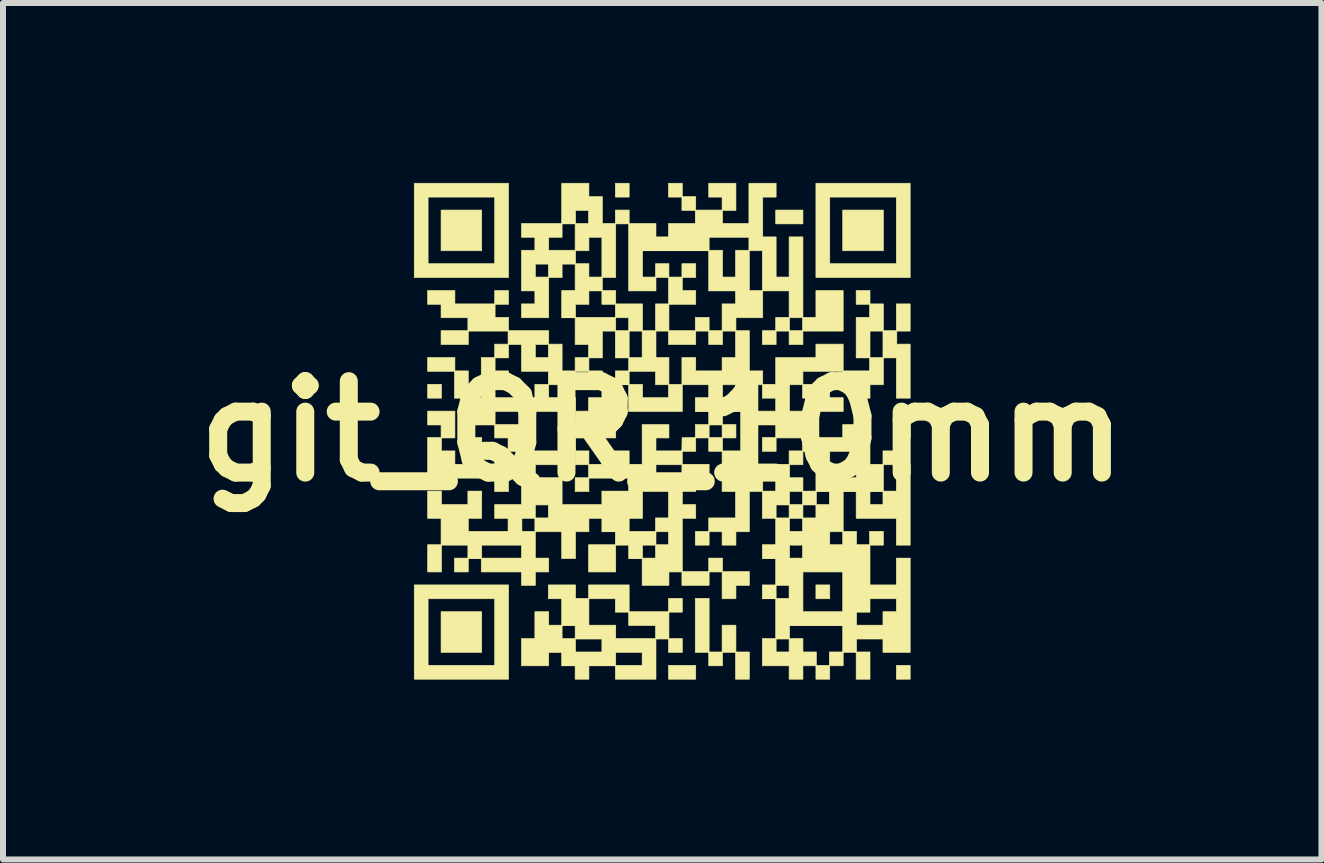
<source format=kicad_pcb>
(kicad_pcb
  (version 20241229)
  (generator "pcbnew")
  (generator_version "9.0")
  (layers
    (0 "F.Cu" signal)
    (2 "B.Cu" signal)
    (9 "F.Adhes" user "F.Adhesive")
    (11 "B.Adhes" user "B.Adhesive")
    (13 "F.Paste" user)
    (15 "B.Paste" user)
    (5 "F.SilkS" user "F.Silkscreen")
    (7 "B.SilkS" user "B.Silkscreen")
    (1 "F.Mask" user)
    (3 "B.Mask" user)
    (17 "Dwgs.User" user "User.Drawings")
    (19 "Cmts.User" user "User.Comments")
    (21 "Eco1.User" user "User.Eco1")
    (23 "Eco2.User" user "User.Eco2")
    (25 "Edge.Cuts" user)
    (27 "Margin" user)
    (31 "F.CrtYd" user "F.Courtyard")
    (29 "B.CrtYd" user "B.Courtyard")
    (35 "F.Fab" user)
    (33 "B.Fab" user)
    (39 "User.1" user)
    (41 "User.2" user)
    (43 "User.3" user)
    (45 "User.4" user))
  (footprint "git_QR_10mm"
    (layer "F.Cu")
    (at 7.99 4.139)
    (property "Reference" "git_QR_10mm" (at 0 0 0) (layer "F.SilkS") (effects (font (size 1.524 1.524) (thickness 0.3))))
    (attr through_hole)
    (fp_poly (pts (xy -3.68 -0.551) (xy -3.911 -0.551) (xy -3.911 -0.782) (xy -3.68 -0.782) (xy -3.68 -0.551)) (stroke (width 0.01) (type solid)) (fill yes) (layer "F.SilkS"))
    (fp_poly (pts (xy -3.009 -3.009) (xy -3.687 -3.009) (xy -3.687 -3.687) (xy -3.009 -3.687) (xy -3.009 -3.009)) (stroke (width 0.01) (type solid)) (fill yes) (layer "F.SilkS"))
    (fp_poly (pts (xy -3.009 0.335) (xy -3.24 0.335) (xy -3.24 0.104) (xy -3.009 0.104) (xy -3.009 0.335)) (stroke (width 0.01) (type solid)) (fill yes) (layer "F.SilkS"))
    (fp_poly (pts (xy -3.009 3.687) (xy -3.687 3.687) (xy -3.687 3.009) (xy -3.009 3.009) (xy -3.009 3.687)) (stroke (width 0.01) (type solid)) (fill yes) (layer "F.SilkS"))
    (fp_poly (pts (xy -2.562 1.006) (xy -2.793 1.006) (xy -2.793 0.775) (xy -2.562 0.775) (xy -2.562 1.006)) (stroke (width 0.01) (type solid)) (fill yes) (layer "F.SilkS"))
    (fp_poly (pts (xy -0.551 -3.903) (xy -0.782 -3.903) (xy -0.782 -4.134) (xy -0.551 -4.134) (xy -0.551 -3.903)) (stroke (width 0.01) (type solid)) (fill yes) (layer "F.SilkS"))
    (fp_poly (pts (xy 0.559 4.134) (xy 0.104 4.134) (xy 0.104 3.903) (xy 0.559 3.903) (xy 0.559 4.134)) (stroke (width 0.01) (type solid)) (fill yes) (layer "F.SilkS"))
    (fp_poly (pts (xy 2.346 -3.456) (xy 1.892 -3.456) (xy 1.892 -3.687) (xy 2.346 -3.687) (xy 2.346 -3.456)) (stroke (width 0.01) (type solid)) (fill yes) (layer "F.SilkS"))
    (fp_poly (pts (xy 2.793 2.793) (xy 2.562 2.793) (xy 2.562 2.562) (xy 2.793 2.562) (xy 2.793 2.793)) (stroke (width 0.01) (type solid)) (fill yes) (layer "F.SilkS"))
    (fp_poly (pts (xy 3.687 -3.009) (xy 3.009 -3.009) (xy 3.009 -3.687) (xy 3.687 -3.687) (xy 3.687 -3.009)) (stroke (width 0.01) (type solid)) (fill yes) (layer "F.SilkS"))
    (fp_poly (pts (xy 4.134 0.112) (xy 3.903 0.112) (xy 3.903 -0.335) (xy 4.134 -0.335) (xy 4.134 0.112)) (stroke (width 0.01) (type solid)) (fill yes) (layer "F.SilkS"))
    (fp_poly (pts (xy 4.134 4.134) (xy 3.903 4.134) (xy 3.903 3.903) (xy 4.134 3.903) (xy 4.134 4.134)) (stroke (width 0.01) (type solid)) (fill yes) (layer "F.SilkS"))
    (fp_poly (pts (xy -2.562 -2.562) (xy -4.134 -2.562) (xy -4.134 -3.903) (xy -3.903 -3.903) (xy -3.903 -2.793) (xy -2.793 -2.793) (xy -2.793 -3.903) (xy -3.903 -3.903) (xy -4.134 -3.903) (xy -4.134 -4.134) (xy -2.562 -4.134) (xy -2.562 -2.562)) (stroke (width 0.01) (type solid)) (fill yes) (layer "F.SilkS"))
    (fp_poly (pts (xy -2.562 4.134) (xy -4.134 4.134) (xy -4.134 2.793) (xy -3.903 2.793) (xy -3.903 3.903) (xy -2.793 3.903) (xy -2.793 2.793) (xy -3.903 2.793) (xy -4.134 2.793) (xy -4.134 2.562) (xy -2.562 2.562) (xy -2.562 4.134)) (stroke (width 0.01) (type solid)) (fill yes) (layer "F.SilkS"))
    (fp_poly (pts (xy 4.134 -2.562) (xy 2.562 -2.562) (xy 2.562 -3.903) (xy 2.793 -3.903) (xy 2.793 -2.793) (xy 3.903 -2.793) (xy 3.903 -3.903) (xy 2.793 -3.903) (xy 2.562 -3.903) (xy 2.562 -4.134) (xy 4.134 -4.134) (xy 4.134 -2.562)) (stroke (width 0.01) (type solid)) (fill yes) (layer "F.SilkS"))
    (fp_poly (pts (xy -3.456 0.112) (xy -3.68 0.112) (xy -3.68 0.328) (xy -3.456 0.328) (xy -3.456 0.551) (xy -3.009 0.551) (xy -3.009 0.782) (xy -3.911 0.782) (xy -3.911 0.104) (xy -3.687 0.104) (xy -3.687 -0.104) (xy -3.911 -0.104) (xy -3.911 -0.335) (xy -3.456 -0.335) (xy -3.456 0.112)) (stroke (width 0.01) (type solid)) (fill yes) (layer "F.SilkS"))
    (fp_poly (pts (xy 0.782 3.68) (xy 0.998 3.68) (xy 0.998 3.233) (xy 1.229 3.233) (xy 1.229 3.68) (xy 1.452 3.68) (xy 1.452 4.134) (xy 1.222 4.134) (xy 1.222 3.687) (xy 1.006 3.687) (xy 1.006 3.911) (xy 0.775 3.911) (xy 0.775 3.687) (xy 0.551 3.687) (xy 0.551 2.786) (xy 0.782 2.786) (xy 0.782 3.68)) (stroke (width 0.01) (type solid)) (fill yes) (layer "F.SilkS"))
    (fp_poly (pts (xy -1.445 2.786) (xy -1.229 2.786) (xy -1.229 2.562) (xy -0.551 2.562) (xy -0.551 3.009) (xy 0.104 3.009) (xy 0.104 2.786) (xy 0.335 2.786) (xy 0.335 3.017) (xy 0.112 3.017) (xy 0.112 3.456) (xy 0.335 3.456) (xy 0.335 3.687) (xy 0.104 3.687) (xy 0.104 3.464) (xy -0.104 3.464) (xy -0.104 4.134) (xy -0.782 4.134) (xy -0.782 3.911) (xy -1.222 3.911) (xy -1.222 4.134) (xy -1.452 4.134) (xy -1.452 3.911) (xy -1.676 3.911) (xy -1.676 3.687) (xy -0.775 3.687) (xy -0.775 3.903) (xy -0.335 3.903) (xy -0.335 3.687) (xy -0.775 3.687) (xy -1.676 3.687) (xy -1.892 3.687) (xy -1.892 3.911) (xy -2.346 3.911) (xy -2.346 3.464) (xy -1.445 3.464) (xy -1.445 3.68) (xy -1.006 3.68) (xy -1.006 3.464) (xy -1.445 3.464) (xy -2.346 3.464) (xy -2.346 3.456) (xy -2.123 3.456) (xy -2.123 3.24) (xy -1.669 3.24) (xy -1.669 3.456) (xy -1.452 3.456) (xy -1.452 3.24) (xy -1.669 3.24) (xy -2.123 3.24) (xy -2.123 3.009) (xy -1.892 3.009) (xy -1.892 3.233) (xy -1.676 3.233) (xy -1.676 2.793) (xy -1.222 2.793) (xy -1.222 3.233) (xy -0.775 3.233) (xy -0.775 3.456) (xy -0.112 3.456) (xy -0.112 3.24) (xy -0.559 3.24) (xy -0.559 3.017) (xy -0.782 3.017) (xy -0.782 2.793) (xy -1.222 2.793) (xy -1.676 2.793) (xy -1.899 2.793) (xy -1.899 2.562) (xy -1.445 2.562) (xy -1.445 2.786)) (stroke (width 0.01) (type solid)) (fill yes) (layer "F.SilkS"))
    (fp_poly (pts (xy -1.222 -3.911) (xy -0.998 -3.911) (xy -0.998 -3.464) (xy -0.782 -3.464) (xy -0.782 -3.687) (xy -0.551 -3.687) (xy -0.551 -3.464) (xy -0.104 -3.464) (xy -0.104 -3.24) (xy 0.104 -3.24) (xy 0.104 -3.464) (xy 0.551 -3.464) (xy 0.551 -3.68) (xy 0.328 -3.68) (xy 0.328 -3.903) (xy 0.104 -3.903) (xy 0.104 -4.134) (xy 0.335 -4.134) (xy 0.335 -3.911) (xy 0.559 -3.911) (xy 0.559 -3.687) (xy 0.998 -3.687) (xy 0.998 -3.903) (xy 0.775 -3.903) (xy 0.775 -4.134) (xy 1.229 -4.134) (xy 1.229 -3.68) (xy 1.006 -3.68) (xy 1.006 -3.464) (xy 1.445 -3.464) (xy 1.445 -4.134) (xy 1.899 -4.134) (xy 1.899 -3.903) (xy 1.676 -3.903) (xy 1.676 -3.24) (xy 1.899 -3.24) (xy 1.899 -2.57) (xy 2.115 -2.57) (xy 2.115 -3.24) (xy 2.346 -3.24) (xy 2.346 -1.899) (xy 2.562 -1.899) (xy 2.562 -2.346) (xy 3.017 -2.346) (xy 3.017 -1.669) (xy 2.346 -1.669) (xy 2.346 -1.445) (xy 2.115 -1.445) (xy 2.115 -1.669) (xy 1.899 -1.669) (xy 1.899 -1.445) (xy 1.669 -1.445) (xy 1.669 -1.676) (xy 1.892 -1.676) (xy 1.892 -1.892) (xy 2.123 -1.892) (xy 2.123 -1.676) (xy 2.339 -1.676) (xy 2.339 -1.892) (xy 2.123 -1.892) (xy 1.892 -1.892) (xy 1.892 -1.899) (xy 2.115 -1.899) (xy 2.115 -2.339) (xy 1.676 -2.339) (xy 1.676 -1.892) (xy 1.229 -1.892) (xy 1.229 -1.676) (xy 1.452 -1.676) (xy 1.452 -1.006) (xy 1.676 -1.006) (xy 1.676 -0.782) (xy 1.892 -0.782) (xy 1.892 -1.229) (xy 2.562 -1.229) (xy 2.562 -1.452) (xy 3.017 -1.452) (xy 3.017 -1.006) (xy 3.456 -1.006) (xy 3.456 -1.222) (xy 3.233 -1.222) (xy 3.233 -1.669) (xy 3.464 -1.669) (xy 3.464 -1.229) (xy 3.68 -1.229) (xy 3.68 -1.669) (xy 3.464 -1.669) (xy 3.233 -1.669) (xy 3.233 -1.899) (xy 3.456 -1.899) (xy 3.456 -2.115) (xy 3.233 -2.115) (xy 3.233 -2.346) (xy 3.464 -2.346) (xy 3.464 -2.123) (xy 3.687 -2.123) (xy 3.687 -1.676) (xy 3.903 -1.676) (xy 3.903 -2.123) (xy 4.134 -2.123) (xy 4.134 -1.669) (xy 3.911 -1.669) (xy 3.911 -1.452) (xy 4.134 -1.452) (xy 4.134 -0.551) (xy 3.903 -0.551) (xy 3.903 -1.222) (xy 3.687 -1.222) (xy 3.687 -0.775) (xy 3.464 -0.775) (xy 3.464 -0.551) (xy 3.233 -0.551) (xy 3.233 -0.775) (xy 3.009 -0.775) (xy 3.009 -0.998) (xy 2.346 -0.998) (xy 2.346 -0.782) (xy 2.793 -0.782) (xy 2.793 -0.559) (xy 3.017 -0.559) (xy 3.017 -0.328) (xy 2.562 -0.328) (xy 2.562 -0.551) (xy 2.339 -0.551) (xy 2.339 -0.775) (xy 2.123 -0.775) (xy 2.123 -0.335) (xy 2.346 -0.335) (xy 2.346 -0.112) (xy 2.57 -0.112) (xy 2.57 0.104) (xy 3.009 0.104) (xy 3.009 -0.112) (xy 3.24 -0.112) (xy 3.24 0.104) (xy 3.464 0.104) (xy 3.464 0.551) (xy 3.68 0.551) (xy 3.68 0.328) (xy 3.911 0.328) (xy 3.911 0.551) (xy 4.134 0.551) (xy 4.134 1.899) (xy 3.903 1.899) (xy 3.903 1.452) (xy 3.233 1.452) (xy 3.233 1.006) (xy 3.464 1.006) (xy 3.464 1.222) (xy 3.68 1.222) (xy 3.68 1.006) (xy 3.464 1.006) (xy 3.233 1.006) (xy 3.017 1.006) (xy 3.017 1.669) (xy 3.24 1.669) (xy 3.24 1.892) (xy 3.456 1.892) (xy 3.456 1.669) (xy 3.687 1.669) (xy 3.687 1.899) (xy 3.464 1.899) (xy 3.464 2.562) (xy 3.903 2.562) (xy 3.903 2.115) (xy 4.134 2.115) (xy 4.134 3.687) (xy 3.68 3.687) (xy 3.68 3.464) (xy 3.24 3.464) (xy 3.24 3.68) (xy 3.464 3.68) (xy 3.464 4.134) (xy 3.233 4.134) (xy 3.233 3.687) (xy 3.017 3.687) (xy 3.017 3.911) (xy 2.793 3.911) (xy 2.793 4.134) (xy 2.562 4.134) (xy 2.562 3.911) (xy 2.346 3.911) (xy 2.346 4.134) (xy 2.115 4.134) (xy 2.115 3.911) (xy 1.669 3.911) (xy 1.669 3.464) (xy 1.899 3.464) (xy 1.899 3.68) (xy 2.115 3.68) (xy 2.115 3.464) (xy 1.899 3.464) (xy 1.669 3.464) (xy 1.669 3.456) (xy 1.892 3.456) (xy 1.892 3.24) (xy 2.123 3.24) (xy 2.123 3.456) (xy 2.346 3.456) (xy 2.346 3.68) (xy 2.57 3.68) (xy 2.57 3.903) (xy 2.786 3.903) (xy 2.786 3.68) (xy 3.009 3.68) (xy 3.009 3.24) (xy 2.123 3.24) (xy 1.892 3.24) (xy 1.892 3.017) (xy 3.24 3.017) (xy 3.24 3.233) (xy 3.68 3.233) (xy 3.68 3.009) (xy 3.903 3.009) (xy 3.903 2.793) (xy 3.464 2.793) (xy 3.464 3.017) (xy 3.24 3.017) (xy 1.892 3.017) (xy 1.892 2.793) (xy 1.669 2.793) (xy 1.669 2.57) (xy 1.899 2.57) (xy 1.899 2.786) (xy 2.115 2.786) (xy 2.115 2.57) (xy 1.899 2.57) (xy 1.669 2.57) (xy 1.669 2.562) (xy 1.892 2.562) (xy 1.892 2.346) (xy 2.346 2.346) (xy 2.346 3.009) (xy 3.009 3.009) (xy 3.009 2.346) (xy 2.346 2.346) (xy 1.892 2.346) (xy 1.892 2.123) (xy 1.669 2.123) (xy 1.669 1.899) (xy 2.123 1.899) (xy 2.123 2.115) (xy 2.339 2.115) (xy 2.339 1.899) (xy 2.123 1.899) (xy 1.669 1.899) (xy 1.669 1.892) (xy 1.892 1.892) (xy 1.892 1.676) (xy 2.793 1.676) (xy 2.793 1.892) (xy 3.009 1.892) (xy 3.009 1.676) (xy 2.793 1.676) (xy 1.892 1.676) (xy 1.892 1.452) (xy 2.123 1.452) (xy 2.123 1.669) (xy 2.339 1.669) (xy 2.339 1.452) (xy 2.123 1.452) (xy 1.892 1.452) (xy 1.669 1.452) (xy 1.669 1.229) (xy 1.899 1.229) (xy 1.899 1.445) (xy 2.115 1.445) (xy 2.115 1.229) (xy 2.346 1.229) (xy 2.346 1.445) (xy 2.562 1.445) (xy 2.562 1.229) (xy 2.346 1.229) (xy 2.115 1.229) (xy 1.899 1.229) (xy 1.669 1.229) (xy 1.669 1.006) (xy 2.123 1.006) (xy 2.123 1.222) (xy 2.339 1.222) (xy 2.339 1.006) (xy 2.57 1.006) (xy 2.57 1.222) (xy 2.786 1.222) (xy 2.786 1.006) (xy 2.57 1.006) (xy 2.339 1.006) (xy 2.123 1.006) (xy 1.669 1.006) (xy 1.452 1.006) (xy 1.452 1.676) (xy 1.229 1.676) (xy 1.229 1.899) (xy 0.998 1.899) (xy 0.998 1.676) (xy 0.782 1.676) (xy 0.782 1.899) (xy 0.551 1.899) (xy 0.551 1.669) (xy 0.775 1.669) (xy 0.775 1.445) (xy 1.222 1.445) (xy 1.222 1.006) (xy 0.998 1.006) (xy 0.998 0.335) (xy 0.775 0.335) (xy 0.775 0.112) (xy 0.559 0.112) (xy 0.559 0.335) (xy 0.335 0.335) (xy 0.335 0.551) (xy 0.782 0.551) (xy 0.782 0.782) (xy 0.559 0.782) (xy 0.559 1.006) (xy 0.335 1.006) (xy 0.335 1.222) (xy 0.559 1.222) (xy 0.559 1.452) (xy 0.335 1.452) (xy 0.335 2.339) (xy 0.775 2.339) (xy 0.775 2.115) (xy 1.006 2.115) (xy 1.006 2.339) (xy 1.452 2.339) (xy 1.452 2.57) (xy 1.229 2.57) (xy 1.229 2.793) (xy 0.998 2.793) (xy 0.998 2.346) (xy 0.782 2.346) (xy 0.782 2.57) (xy 0.328 2.57) (xy 0.328 2.346) (xy 0.112 2.346) (xy 0.112 2.57) (xy -0.335 2.57) (xy -0.335 2.123) (xy -0.559 2.123) (xy -0.559 1.899) (xy -0.328 1.899) (xy -0.328 2.115) (xy -0.112 2.115) (xy -0.112 1.899) (xy -0.328 1.899) (xy -0.559 1.899) (xy -0.775 1.899) (xy -0.775 2.346) (xy -1.229 2.346) (xy -1.229 1.892) (xy -0.782 1.892) (xy -0.782 1.676) (xy -0.104 1.676) (xy -0.104 1.892) (xy 0.104 1.892) (xy 0.104 1.676) (xy -0.104 1.676) (xy -0.782 1.676) (xy -1.006 1.676) (xy -1.006 1.452) (xy -0.551 1.452) (xy -0.551 1.669) (xy -0.112 1.669) (xy -0.112 1.445) (xy 0.104 1.445) (xy 0.104 1.006) (xy -0.328 1.006) (xy -0.328 1.452) (xy -0.551 1.452) (xy -1.006 1.452) (xy -1.222 1.452) (xy -1.222 1.676) (xy -1.445 1.676) (xy -1.445 2.123) (xy -1.676 2.123) (xy -1.676 1.676) (xy -2.115 1.676) (xy -2.115 2.115) (xy -1.892 2.115) (xy -1.892 2.346) (xy -2.115 2.346) (xy -2.115 2.57) (xy -2.346 2.57) (xy -2.346 2.346) (xy -3.017 2.346) (xy -3.017 2.123) (xy -3.233 2.123) (xy -3.233 2.346) (xy -3.464 2.346) (xy -3.464 2.115) (xy -3.24 2.115) (xy -3.24 1.899) (xy -3.009 1.899) (xy -3.009 2.115) (xy -2.346 2.115) (xy -2.346 1.899) (xy -3.009 1.899) (xy -3.24 1.899) (xy -3.68 1.899) (xy -3.68 2.346) (xy -3.911 2.346) (xy -3.911 1.892) (xy -3.687 1.892) (xy -3.687 1.452) (xy -3.911 1.452) (xy -3.911 0.998) (xy -3.68 0.998) (xy -3.68 1.222) (xy -3.24 1.222) (xy -3.24 0.998) (xy -3.009 0.998) (xy -3.009 1.452) (xy -3.233 1.452) (xy -3.233 1.669) (xy -2.57 1.669) (xy -2.57 1.452) (xy -2.339 1.452) (xy -2.339 1.669) (xy -2.123 1.669) (xy -2.123 1.452) (xy -2.339 1.452) (xy -2.57 1.452) (xy -2.793 1.452) (xy -2.793 1.229) (xy -2.115 1.229) (xy -2.115 1.445) (xy -1.899 1.445) (xy -1.899 1.229) (xy -2.115 1.229) (xy -2.793 1.229) (xy -2.793 1.222) (xy -2.346 1.222) (xy -2.346 0.559) (xy -2.115 0.559) (xy -2.115 0.775) (xy -1.669 0.775) (xy -1.669 1.222) (xy -1.006 1.222) (xy -1.006 0.998) (xy -0.559 0.998) (xy -0.559 0.782) (xy -1.222 0.782) (xy -1.222 1.006) (xy -1.452 1.006) (xy -1.452 0.775) (xy -1.229 0.775) (xy -1.229 0.559) (xy -0.104 0.559) (xy -0.104 0.775) (xy 0.328 0.775) (xy 0.328 0.559) (xy -0.104 0.559) (xy -1.229 0.559) (xy -1.452 0.559) (xy -1.452 0.335) (xy -1.669 0.335) (xy -1.669 0.559) (xy -2.115 0.559) (xy -2.346 0.559) (xy -2.346 0.335) (xy -2.562 0.335) (xy -2.562 0.559) (xy -2.793 0.559) (xy -2.793 0.328) (xy -2.57 0.328) (xy -2.57 0.112) (xy -2.793 0.112) (xy -2.793 -0.104) (xy -2.339 -0.104) (xy -2.339 0.328) (xy -1.676 0.328) (xy -1.676 0.112) (xy -1.445 0.112) (xy -1.445 0.328) (xy -1.222 0.328) (xy -1.222 0.551) (xy -1.006 0.551) (xy -1.006 0.328) (xy -0.551 0.328) (xy -0.551 0.551) (xy -0.335 0.551) (xy -0.335 -0.112) (xy 0.112 -0.112) (xy 0.112 0.112) (xy -0.104 0.112) (xy -0.104 0.328) (xy 0.327 0.328) (xy 0.331 0.108) (xy 0.441 0.106) (xy 0.551 0.104) (xy 0.551 -0.104) (xy 0.782 -0.104) (xy 0.782 0.104) (xy 0.998 0.104) (xy 0.998 -0.104) (xy 0.782 -0.104) (xy 0.551 -0.104) (xy 0.551 -0.112) (xy 0.775 -0.112) (xy 0.775 -0.328) (xy 1.006 -0.328) (xy 1.006 -0.112) (xy 1.229 -0.112) (xy 1.229 0.112) (xy 1.006 0.112) (xy 1.006 0.328) (xy 1.452 0.328) (xy 1.452 0.551) (xy 1.676 0.551) (xy 1.676 0.998) (xy 1.892 0.998) (xy 1.892 0.559) (xy 2.123 0.559) (xy 2.123 0.775) (xy 2.346 0.775) (xy 2.346 0.998) (xy 2.562 0.998) (xy 2.562 0.335) (xy 2.793 0.335) (xy 2.793 0.551) (xy 3.017 0.551) (xy 3.017 0.775) (xy 3.233 0.775) (xy 3.233 0.559) (xy 3.687 0.559) (xy 3.687 0.998) (xy 3.903 0.998) (xy 3.903 0.559) (xy 3.687 0.559) (xy 3.233 0.559) (xy 3.233 0.335) (xy 2.793 0.335) (xy 2.562 0.335) (xy 2.346 0.335) (xy 2.346 0.559) (xy 2.123 0.559) (xy 1.892 0.559) (xy 1.892 0.551) (xy 2.115 0.551) (xy 2.115 0.328) (xy 2.339 0.328) (xy 2.339 0.112) (xy 1.899 0.112) (xy 1.899 0.335) (xy 1.669 0.335) (xy 1.669 0.104) (xy 1.892 0.104) (xy 1.892 -0.104) (xy 1.445 -0.104) (xy 1.445 -0.328) (xy 1.006 -0.328) (xy 0.775 -0.328) (xy 0.551 -0.328) (xy 0.551 -0.559) (xy 0.775 -0.559) (xy 0.775 -0.775) (xy 1.006 -0.775) (xy 1.006 -0.559) (xy 1.222 -0.559) (xy 1.222 -0.775) (xy 1.452 -0.775) (xy 1.452 -0.335) (xy 1.892 -0.335) (xy 1.892 -0.551) (xy 1.669 -0.551) (xy 1.669 -0.775) (xy 1.452 -0.775) (xy 1.222 -0.775) (xy 1.006 -0.775) (xy 0.775 -0.775) (xy 0.335 -0.775) (xy 0.335 -0.328) (xy -0.559 -0.328) (xy -0.559 -0.775) (xy -0.775 -0.775) (xy -0.775 0.112) (xy -1.006 0.112) (xy -1.006 -0.104) (xy -1.222 -0.104) (xy -1.222 0.112) (xy -1.445 0.112) (xy -1.676 0.112) (xy -1.676 -0.112) (xy -1.452 -0.112) (xy -1.452 -0.328) (xy -2.115 -0.328) (xy -2.115 -0.104) (xy -2.339 -0.104) (xy -2.793 -0.104) (xy -3.24 -0.104) (xy -3.24 -0.328) (xy -2.786 -0.328) (xy -2.786 -0.112) (xy -2.346 -0.112) (xy -2.346 -0.328) (xy -2.786 -0.328) (xy -3.24 -0.328) (xy -3.24 -0.551) (xy -3.464 -0.551) (xy -3.464 -0.998) (xy -3.911 -0.998) (xy -3.911 -1.229) (xy -3.456 -1.229) (xy -3.456 -1.006) (xy -3.233 -1.006) (xy -3.233 -0.559) (xy -3.017 -0.559) (xy -3.017 -1.222) (xy -2.786 -1.222) (xy -2.786 -1.006) (xy -2.562 -1.006) (xy -2.562 -0.775) (xy -2.786 -0.775) (xy -2.786 -0.559) (xy -2.123 -0.559) (xy -2.123 -0.775) (xy -1.892 -0.775) (xy -1.892 -0.559) (xy -1.445 -0.559) (xy -1.445 -0.335) (xy -1.229 -0.335) (xy -1.229 -0.559) (xy -1.006 -0.559) (xy -1.006 -0.775) (xy -1.229 -0.775) (xy -1.229 -0.998) (xy -1.445 -0.998) (xy -1.445 -0.775) (xy -1.892 -0.775) (xy -2.123 -0.775) (xy -2.123 -0.782) (xy -1.899 -0.782) (xy -1.899 -0.998) (xy -2.346 -0.998) (xy -2.346 -1.445) (xy -2.115 -1.445) (xy -2.115 -1.229) (xy -1.899 -1.229) (xy -1.899 -1.445) (xy -2.115 -1.445) (xy -2.346 -1.445) (xy -2.562 -1.445) (xy -2.562 -1.222) (xy -2.786 -1.222) (xy -3.017 -1.222) (xy -3.017 -1.229) (xy -2.793 -1.229) (xy -2.793 -1.452) (xy -2.57 -1.452) (xy -2.57 -1.669) (xy -3.233 -1.669) (xy -3.233 -1.445) (xy -3.687 -1.445) (xy -3.687 -1.676) (xy -3.24 -1.676) (xy -3.24 -1.892) (xy -3.687 -1.892) (xy -3.687 -2.115) (xy -3.911 -2.115) (xy -3.911 -2.346) (xy -3.456 -2.346) (xy -3.456 -2.123) (xy -2.793 -2.123) (xy -2.793 -2.346) (xy -2.562 -2.346) (xy -2.562 -2.115) (xy -2.786 -2.115) (xy -2.786 -1.899) (xy -2.562 -1.899) (xy -2.562 -1.676) (xy -1.892 -1.676) (xy -1.892 -1.452) (xy -1.669 -1.452) (xy -1.669 -1.006) (xy -1.452 -1.006) (xy -1.452 -1.222) (xy -1.222 -1.222) (xy -1.222 -1.006) (xy -0.998 -1.006) (xy -0.998 -0.782) (xy -0.782 -0.782) (xy -0.782 -0.998) (xy -0.551 -0.998) (xy -0.551 -0.782) (xy -0.328 -0.782) (xy -0.328 -0.559) (xy 0.104 -0.559) (xy 0.104 -0.775) (xy -0.112 -0.775) (xy -0.112 -0.998) (xy -0.551 -0.998) (xy -0.782 -0.998) (xy -0.782 -1.006) (xy -0.559 -1.006) (xy -0.559 -1.222) (xy -0.782 -1.222) (xy -0.782 -1.669) (xy -0.551 -1.669) (xy -0.551 -1.229) (xy -0.335 -1.229) (xy -0.335 -1.669) (xy -0.104 -1.669) (xy -0.104 -1.229) (xy 0.112 -1.229) (xy 0.112 -0.782) (xy 0.328 -0.782) (xy 0.328 -1.229) (xy 0.559 -1.229) (xy 0.559 -1.006) (xy 0.998 -1.006) (xy 0.998 -1.229) (xy 1.222 -1.229) (xy 1.222 -1.669) (xy 1.006 -1.669) (xy 1.006 -1.445) (xy 0.775 -1.445) (xy 0.775 -1.669) (xy 0.559 -1.669) (xy 0.559 -1.445) (xy 0.104 -1.445) (xy 0.104 -1.669) (xy -0.104 -1.669) (xy -0.335 -1.669) (xy -0.551 -1.669) (xy -0.782 -1.669) (xy -0.998 -1.669) (xy -0.998 -1.222) (xy -1.222 -1.222) (xy -1.452 -1.222) (xy -1.452 -1.229) (xy -1.229 -1.229) (xy -1.229 -1.445) (xy -1.452 -1.445) (xy -1.452 -1.892) (xy -0.775 -1.892) (xy -0.775 -1.676) (xy -0.559 -1.676) (xy -0.559 -1.892) (xy -0.775 -1.892) (xy -1.452 -1.892) (xy -1.676 -1.892) (xy -1.676 -2.115) (xy -1.445 -2.115) (xy -1.445 -1.899) (xy -0.782 -1.899) (xy -0.782 -2.115) (xy -1.006 -2.115) (xy -1.006 -2.339) (xy -1.222 -2.339) (xy -1.222 -2.115) (xy -1.445 -2.115) (xy -1.676 -2.115) (xy -1.676 -2.346) (xy -1.452 -2.346) (xy -1.452 -2.562) (xy -0.998 -2.562) (xy -0.998 -2.346) (xy -0.775 -2.346) (xy -0.775 -2.123) (xy -0.328 -2.123) (xy -0.328 -1.676) (xy -0.112 -1.676) (xy -0.112 -2.123) (xy 0.104 -2.123) (xy 0.104 -2.562) (xy -0.104 -2.562) (xy -0.104 -2.339) (xy -0.559 -2.339) (xy -0.559 -3.009) (xy -0.328 -3.009) (xy -0.328 -2.57) (xy -0.112 -2.57) (xy -0.112 -2.793) (xy 0.112 -2.793) (xy 0.112 -2.57) (xy 0.328 -2.57) (xy 0.328 -2.793) (xy 0.559 -2.793) (xy 0.559 -2.562) (xy 0.335 -2.562) (xy 0.335 -2.346) (xy 0.559 -2.346) (xy 0.559 -2.115) (xy 0.112 -2.115) (xy 0.112 -1.676) (xy 0.551 -1.676) (xy 0.551 -1.899) (xy 0.782 -1.899) (xy 0.782 -1.676) (xy 0.998 -1.676) (xy 0.998 -2.123) (xy 1.222 -2.123) (xy 1.222 -2.339) (xy 0.775 -2.339) (xy 0.775 -3.009) (xy -0.328 -3.009) (xy -0.559 -3.009) (xy -0.559 -3.233) (xy 0.782 -3.233) (xy 0.782 -3.017) (xy 1.006 -3.017) (xy 1.006 -2.57) (xy 1.222 -2.57) (xy 1.222 -3.009) (xy 1.452 -3.009) (xy 1.452 -2.346) (xy 1.669 -2.346) (xy 1.669 -3.009) (xy 1.452 -3.009) (xy 1.222 -3.009) (xy 1.222 -3.017) (xy 1.445 -3.017) (xy 1.445 -3.233) (xy 0.782 -3.233) (xy -0.559 -3.233) (xy -0.559 -3.456) (xy -0.775 -3.456) (xy -0.775 -2.562) (xy -0.998 -2.562) (xy -1.452 -2.562) (xy -1.452 -2.786) (xy -1.669 -2.786) (xy -1.669 -2.562) (xy -1.892 -2.562) (xy -1.892 -1.892) (xy -2.346 -1.892) (xy -2.346 -2.123) (xy -2.123 -2.123) (xy -2.123 -2.339) (xy -2.346 -2.339) (xy -2.346 -2.786) (xy -2.115 -2.786) (xy -2.115 -2.57) (xy -1.899 -2.57) (xy -1.899 -2.786) (xy -2.115 -2.786) (xy -2.346 -2.786) (xy -2.346 -3.009) (xy -1.445 -3.009) (xy -1.445 -2.793) (xy -1.222 -2.793) (xy -1.222 -2.57) (xy -1.006 -2.57) (xy -1.006 -3.233) (xy -1.222 -3.233) (xy -1.222 -3.009) (xy -1.445 -3.009) (xy -2.346 -3.009) (xy -2.346 -3.017) (xy -2.123 -3.017) (xy -2.123 -3.233) (xy -1.892 -3.233) (xy -1.892 -3.017) (xy -1.452 -3.017) (xy -1.452 -3.456) (xy -1.669 -3.456) (xy -1.669 -3.233) (xy -1.892 -3.233) (xy -2.123 -3.233) (xy -2.346 -3.233) (xy -2.346 -3.464) (xy -1.676 -3.464) (xy -1.676 -3.68) (xy -1.445 -3.68) (xy -1.445 -3.464) (xy -1.229 -3.464) (xy -1.229 -3.68) (xy -1.445 -3.68) (xy -1.676 -3.68) (xy -1.676 -4.134) (xy -1.222 -4.134) (xy -1.222 -3.911)) (stroke (width 0.01) (type solid)) (fill yes) (layer "F.SilkS")))
  (gr_rect
    (start -3 -3)
    (end 18.98 11.278)
    (stroke (width 0.1) (type default))
    (fill no)
    (layer "Edge.Cuts")))
</source>
